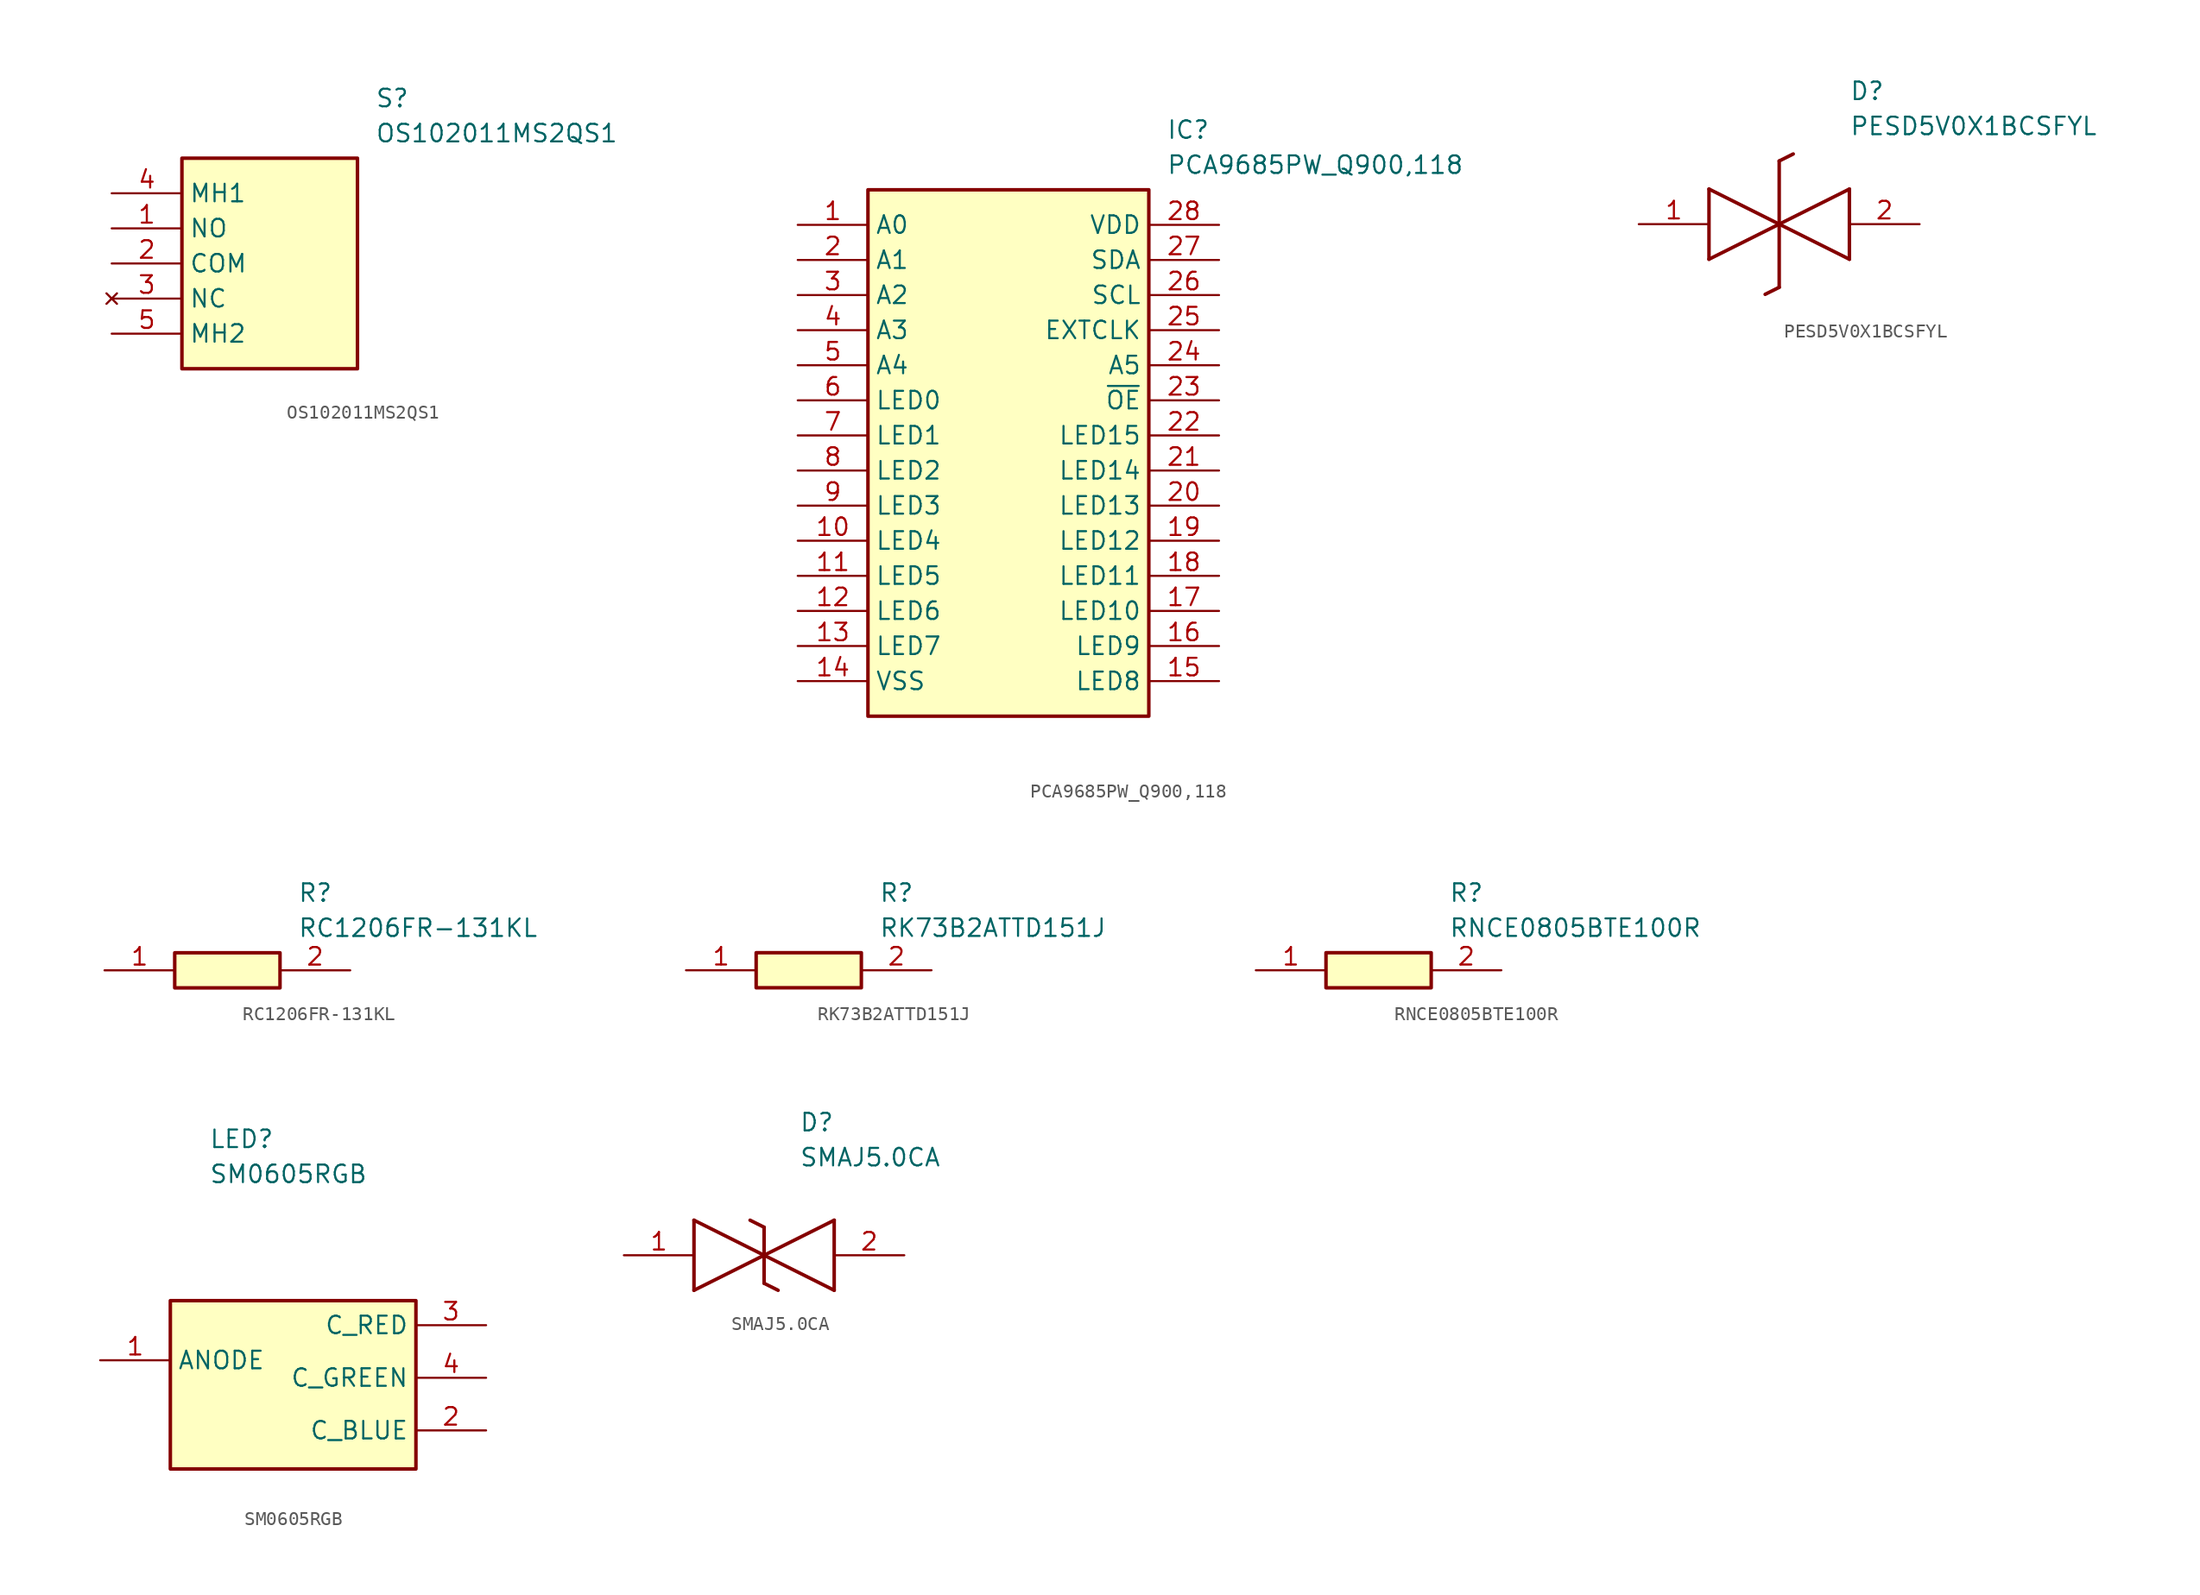
<source format=kicad_sym>
(kicad_symbol_lib
  (version 20241209)
  (generator "kicad_symbol_editor")
  (generator_version "9.0")
  (symbol "OS102011MS2QS1"
    (property "Reference" "S"
      (at 19.05 7.62 0)
      (effects (font (size 1.27 1.27)) (justify left top)))
    (property "Value" "OS102011MS2QS1"
      (at 19.05 5.08 0)
      (effects (font (size 1.27 1.27)) (justify left top)))
    (symbol "OS102011MS2QS1_1_1"
      (rectangle (start 5.08 2.54) (end 17.78 -12.7) (stroke (width 0.254) (type default)) (fill (type background)))
      (pin passive line (at 0 0 0) (length 5.08) (name "MH1" (effects (font (size 1.27 1.27)))) (number "4" (effects (font (size 1.27 1.27)))))
      (pin passive line (at 0 -2.54 0) (length 5.08) (name "NO" (effects (font (size 1.27 1.27)))) (number "1" (effects (font (size 1.27 1.27)))))
      (pin passive line (at 0 -5.08 0) (length 5.08) (name "COM" (effects (font (size 1.27 1.27)))) (number "2" (effects (font (size 1.27 1.27)))))
      (pin no_connect line (at 0 -7.62 0) (length 5.08) (name "NC" (effects (font (size 1.27 1.27)))) (number "3" (effects (font (size 1.27 1.27)))))
      (pin passive line (at 0 -10.16 0) (length 5.08) (name "MH2" (effects (font (size 1.27 1.27)))) (number "5" (effects (font (size 1.27 1.27)))))))
  (symbol "PCA9685PW_Q900,118"
    (property "Reference" "IC"
      (at 26.67 7.62 0)
      (effects (font (size 1.27 1.27)) (justify left top)))
    (property "Value" "PCA9685PW_Q900,118"
      (at 26.67 5.08 0)
      (effects (font (size 1.27 1.27)) (justify left top)))
    (symbol "PCA9685PW_Q900,118_1_1"
      (rectangle (start 5.08 2.54) (end 25.4 -35.56) (stroke (width 0.254) (type default)) (fill (type background)))
      (pin passive line (at 0 0 0) (length 5.08) (name "A0" (effects (font (size 1.27 1.27)))) (number "1" (effects (font (size 1.27 1.27)))))
      (pin passive line (at 0 -2.54 0) (length 5.08) (name "A1" (effects (font (size 1.27 1.27)))) (number "2" (effects (font (size 1.27 1.27)))))
      (pin passive line (at 0 -5.08 0) (length 5.08) (name "A2" (effects (font (size 1.27 1.27)))) (number "3" (effects (font (size 1.27 1.27)))))
      (pin passive line (at 0 -7.62 0) (length 5.08) (name "A3" (effects (font (size 1.27 1.27)))) (number "4" (effects (font (size 1.27 1.27)))))
      (pin passive line (at 0 -10.16 0) (length 5.08) (name "A4" (effects (font (size 1.27 1.27)))) (number "5" (effects (font (size 1.27 1.27)))))
      (pin passive line (at 0 -12.7 0) (length 5.08) (name "LED0" (effects (font (size 1.27 1.27)))) (number "6" (effects (font (size 1.27 1.27)))))
      (pin passive line (at 0 -15.24 0) (length 5.08) (name "LED1" (effects (font (size 1.27 1.27)))) (number "7" (effects (font (size 1.27 1.27)))))
      (pin passive line (at 0 -17.78 0) (length 5.08) (name "LED2" (effects (font (size 1.27 1.27)))) (number "8" (effects (font (size 1.27 1.27)))))
      (pin passive line (at 0 -20.32 0) (length 5.08) (name "LED3" (effects (font (size 1.27 1.27)))) (number "9" (effects (font (size 1.27 1.27)))))
      (pin passive line (at 0 -22.86 0) (length 5.08) (name "LED4" (effects (font (size 1.27 1.27)))) (number "10" (effects (font (size 1.27 1.27)))))
      (pin passive line (at 0 -25.4 0) (length 5.08) (name "LED5" (effects (font (size 1.27 1.27)))) (number "11" (effects (font (size 1.27 1.27)))))
      (pin passive line (at 0 -27.94 0) (length 5.08) (name "LED6" (effects (font (size 1.27 1.27)))) (number "12" (effects (font (size 1.27 1.27)))))
      (pin passive line (at 0 -30.48 0) (length 5.08) (name "LED7" (effects (font (size 1.27 1.27)))) (number "13" (effects (font (size 1.27 1.27)))))
      (pin passive line (at 0 -33.02 0) (length 5.08) (name "VSS" (effects (font (size 1.27 1.27)))) (number "14" (effects (font (size 1.27 1.27)))))
      (pin passive line (at 30.48 0 180) (length 5.08) (name "VDD" (effects (font (size 1.27 1.27)))) (number "28" (effects (font (size 1.27 1.27)))))
      (pin passive line (at 30.48 -2.54 180) (length 5.08) (name "SDA" (effects (font (size 1.27 1.27)))) (number "27" (effects (font (size 1.27 1.27)))))
      (pin passive line (at 30.48 -5.08 180) (length 5.08) (name "SCL" (effects (font (size 1.27 1.27)))) (number "26" (effects (font (size 1.27 1.27)))))
      (pin passive line (at 30.48 -7.62 180) (length 5.08) (name "EXTCLK" (effects (font (size 1.27 1.27)))) (number "25" (effects (font (size 1.27 1.27)))))
      (pin passive line (at 30.48 -10.16 180) (length 5.08) (name "A5" (effects (font (size 1.27 1.27)))) (number "24" (effects (font (size 1.27 1.27)))))
      (pin passive line (at 30.48 -12.7 180) (length 5.08) (name "~{OE}" (effects (font (size 1.27 1.27)))) (number "23" (effects (font (size 1.27 1.27)))))
      (pin passive line (at 30.48 -15.24 180) (length 5.08) (name "LED15" (effects (font (size 1.27 1.27)))) (number "22" (effects (font (size 1.27 1.27)))))
      (pin passive line (at 30.48 -17.78 180) (length 5.08) (name "LED14" (effects (font (size 1.27 1.27)))) (number "21" (effects (font (size 1.27 1.27)))))
      (pin passive line (at 30.48 -20.32 180) (length 5.08) (name "LED13" (effects (font (size 1.27 1.27)))) (number "20" (effects (font (size 1.27 1.27)))))
      (pin passive line (at 30.48 -22.86 180) (length 5.08) (name "LED12" (effects (font (size 1.27 1.27)))) (number "19" (effects (font (size 1.27 1.27)))))
      (pin passive line (at 30.48 -25.4 180) (length 5.08) (name "LED11" (effects (font (size 1.27 1.27)))) (number "18" (effects (font (size 1.27 1.27)))))
      (pin passive line (at 30.48 -27.94 180) (length 5.08) (name "LED10" (effects (font (size 1.27 1.27)))) (number "17" (effects (font (size 1.27 1.27)))))
      (pin passive line (at 30.48 -30.48 180) (length 5.08) (name "LED9" (effects (font (size 1.27 1.27)))) (number "16" (effects (font (size 1.27 1.27)))))
      (pin passive line (at 30.48 -33.02 180) (length 5.08) (name "LED8" (effects (font (size 1.27 1.27)))) (number "15" (effects (font (size 1.27 1.27)))))))
  (symbol "PESD5V0X1BCSFYL"
    (pin_names
      (hide yes))
    (property "Reference" "D"
      (at 15.24 8.89 0)
      (effects (font (size 1.27 1.27)) (justify left bottom)))
    (property "Value" "PESD5V0X1BCSFYL"
      (at 15.24 6.35 0)
      (effects (font (size 1.27 1.27)) (justify left bottom)))
    (symbol "PESD5V0X1BCSFYL_1_1"
      (polyline (pts (xy 5.08 2.54) (xy 5.08 -2.54)) (stroke (width 0.254) (type default)) (fill (type none)))
      (polyline (pts (xy 5.08 2.54) (xy 10.16 0)) (stroke (width 0.254) (type default)) (fill (type none)))
      (polyline (pts (xy 10.16 0) (xy 5.08 -2.54)) (stroke (width 0.254) (type default)) (fill (type none)))
      (polyline (pts (xy 10.16 0) (xy 15.24 -2.54)) (stroke (width 0.254) (type default)) (fill (type none)))
      (polyline (pts (xy 10.16 -4.572) (xy 9.144 -5.08)) (stroke (width 0.254) (type default)) (fill (type none)))
      (polyline (pts (xy 10.16 -4.572) (xy 10.16 4.572)) (stroke (width 0.254) (type default)) (fill (type none)))
      (polyline (pts (xy 11.176 5.08) (xy 10.16 4.572)) (stroke (width 0.254) (type default)) (fill (type none)))
      (polyline (pts (xy 15.24 2.54) (xy 10.16 0)) (stroke (width 0.254) (type default)) (fill (type none)))
      (polyline (pts (xy 15.24 2.54) (xy 15.24 -2.54)) (stroke (width 0.254) (type default)) (fill (type none)))
      (pin passive line (at 0 0 0) (length 5.08) (name "K1" (effects (font (size 1.27 1.27)))) (number "1" (effects (font (size 1.27 1.27)))))
      (pin passive line (at 20.32 0 180) (length 5.08) (name "K2" (effects (font (size 1.27 1.27)))) (number "2" (effects (font (size 1.27 1.27)))))))
  (symbol "RC1206FR-131KL"
    (pin_names
      (hide yes))
    (property "Reference" "R"
      (at 13.97 6.35 0)
      (effects (font (size 1.27 1.27)) (justify left top)))
    (property "Value" "RC1206FR-131KL"
      (at 13.97 3.81 0)
      (effects (font (size 1.27 1.27)) (justify left top)))
    (symbol "RC1206FR-131KL_1_1"
      (rectangle (start 5.08 1.27) (end 12.7 -1.27) (stroke (width 0.254) (type default)) (fill (type background)))
      (pin passive line (at 0 0 0) (length 5.08) (name "1" (effects (font (size 1.27 1.27)))) (number "1" (effects (font (size 1.27 1.27)))))
      (pin passive line (at 17.78 0 180) (length 5.08) (name "2" (effects (font (size 1.27 1.27)))) (number "2" (effects (font (size 1.27 1.27)))))))
  (symbol "RK73B2ATTD151J"
    (pin_names
      (hide yes))
    (property "Reference" "R"
      (at 13.97 6.35 0)
      (effects (font (size 1.27 1.27)) (justify left top)))
    (property "Value" "RK73B2ATTD151J"
      (at 13.97 3.81 0)
      (effects (font (size 1.27 1.27)) (justify left top)))
    (symbol "RK73B2ATTD151J_1_1"
      (rectangle (start 5.08 1.27) (end 12.7 -1.27) (stroke (width 0.254) (type default)) (fill (type background)))
      (pin passive line (at 0 0 0) (length 5.08) (name "1" (effects (font (size 1.27 1.27)))) (number "1" (effects (font (size 1.27 1.27)))))
      (pin passive line (at 17.78 0 180) (length 5.08) (name "2" (effects (font (size 1.27 1.27)))) (number "2" (effects (font (size 1.27 1.27)))))))
  (symbol "RNCE0805BTE100R"
    (pin_names
      (hide yes))
    (property "Reference" "R"
      (at 13.97 6.35 0)
      (effects (font (size 1.27 1.27)) (justify left top)))
    (property "Value" "RNCE0805BTE100R"
      (at 13.97 3.81 0)
      (effects (font (size 1.27 1.27)) (justify left top)))
    (symbol "RNCE0805BTE100R_1_1"
      (rectangle (start 5.08 1.27) (end 12.7 -1.27) (stroke (width 0.254) (type default)) (fill (type background)))
      (pin passive line (at 0 0 0) (length 5.08) (name "1" (effects (font (size 1.27 1.27)))) (number "1" (effects (font (size 1.27 1.27)))))
      (pin passive line (at 17.78 0 180) (length 5.08) (name "2" (effects (font (size 1.27 1.27)))) (number "2" (effects (font (size 1.27 1.27)))))))
  (symbol "SM0605RGB"
    (property "Reference" "LED"
      (at 2.794 9.144 0)
      (effects (font (size 1.27 1.27)) (justify left top)))
    (property "Value" "SM0605RGB"
      (at 2.794 6.604 0)
      (effects (font (size 1.27 1.27)) (justify left top)))
    (symbol "SM0605RGB_1_1"
      (rectangle (start 0 -3.302) (end 17.78 -15.494) (stroke (width 0.254) (type default)) (fill (type background)))
      (pin passive line (at -5.08 -7.62 0) (length 5.08) (name "ANODE" (effects (font (size 1.27 1.27)))) (number "1" (effects (font (size 1.27 1.27)))))
      (pin passive line (at 22.86 -5.08 180) (length 5.08) (name "C_RED" (effects (font (size 1.27 1.27)))) (number "3" (effects (font (size 1.27 1.27)))))
      (pin passive line (at 22.86 -8.89 180) (length 5.08) (name "C_GREEN" (effects (font (size 1.27 1.27)))) (number "4" (effects (font (size 1.27 1.27)))))
      (pin passive line (at 22.86 -12.7 180) (length 5.08) (name "C_BLUE" (effects (font (size 1.27 1.27)))) (number "2" (effects (font (size 1.27 1.27)))))))
  (symbol "SMAJ5.0CA"
    (pin_names
      (hide yes))
    (property "Reference" "D"
      (at 12.7 8.89 0)
      (effects (font (size 1.27 1.27)) (justify left bottom)))
    (property "Value" "SMAJ5.0CA"
      (at 12.7 6.35 0)
      (effects (font (size 1.27 1.27)) (justify left bottom)))
    (symbol "SMAJ5.0CA_1_1"
      (polyline (pts (xy 5.08 2.54) (xy 5.08 -2.54)) (stroke (width 0.254) (type default)) (fill (type none)))
      (polyline (pts (xy 5.08 2.54) (xy 10.16 0)) (stroke (width 0.254) (type default)) (fill (type none)))
      (polyline (pts (xy 9.144 2.54) (xy 10.16 2.032)) (stroke (width 0.254) (type default)) (fill (type none)))
      (polyline (pts (xy 10.16 0) (xy 5.08 -2.54)) (stroke (width 0.254) (type default)) (fill (type none)))
      (polyline (pts (xy 10.16 0) (xy 15.24 -2.54)) (stroke (width 0.254) (type default)) (fill (type none)))
      (polyline (pts (xy 10.16 -2.032) (xy 10.16 2.032)) (stroke (width 0.254) (type default)) (fill (type none)))
      (polyline (pts (xy 10.16 -2.032) (xy 11.176 -2.54)) (stroke (width 0.254) (type default)) (fill (type none)))
      (polyline (pts (xy 15.24 2.54) (xy 10.16 0)) (stroke (width 0.254) (type default)) (fill (type none)))
      (polyline (pts (xy 15.24 2.54) (xy 15.24 -2.54)) (stroke (width 0.254) (type default)) (fill (type none)))
      (pin passive line (at 0 0 0) (length 5.08) (name "1" (effects (font (size 1.27 1.27)))) (number "1" (effects (font (size 1.27 1.27)))))
      (pin passive line (at 20.32 0 180) (length 5.08) (name "2" (effects (font (size 1.27 1.27)))) (number "2" (effects (font (size 1.27 1.27))))))))
</source>
